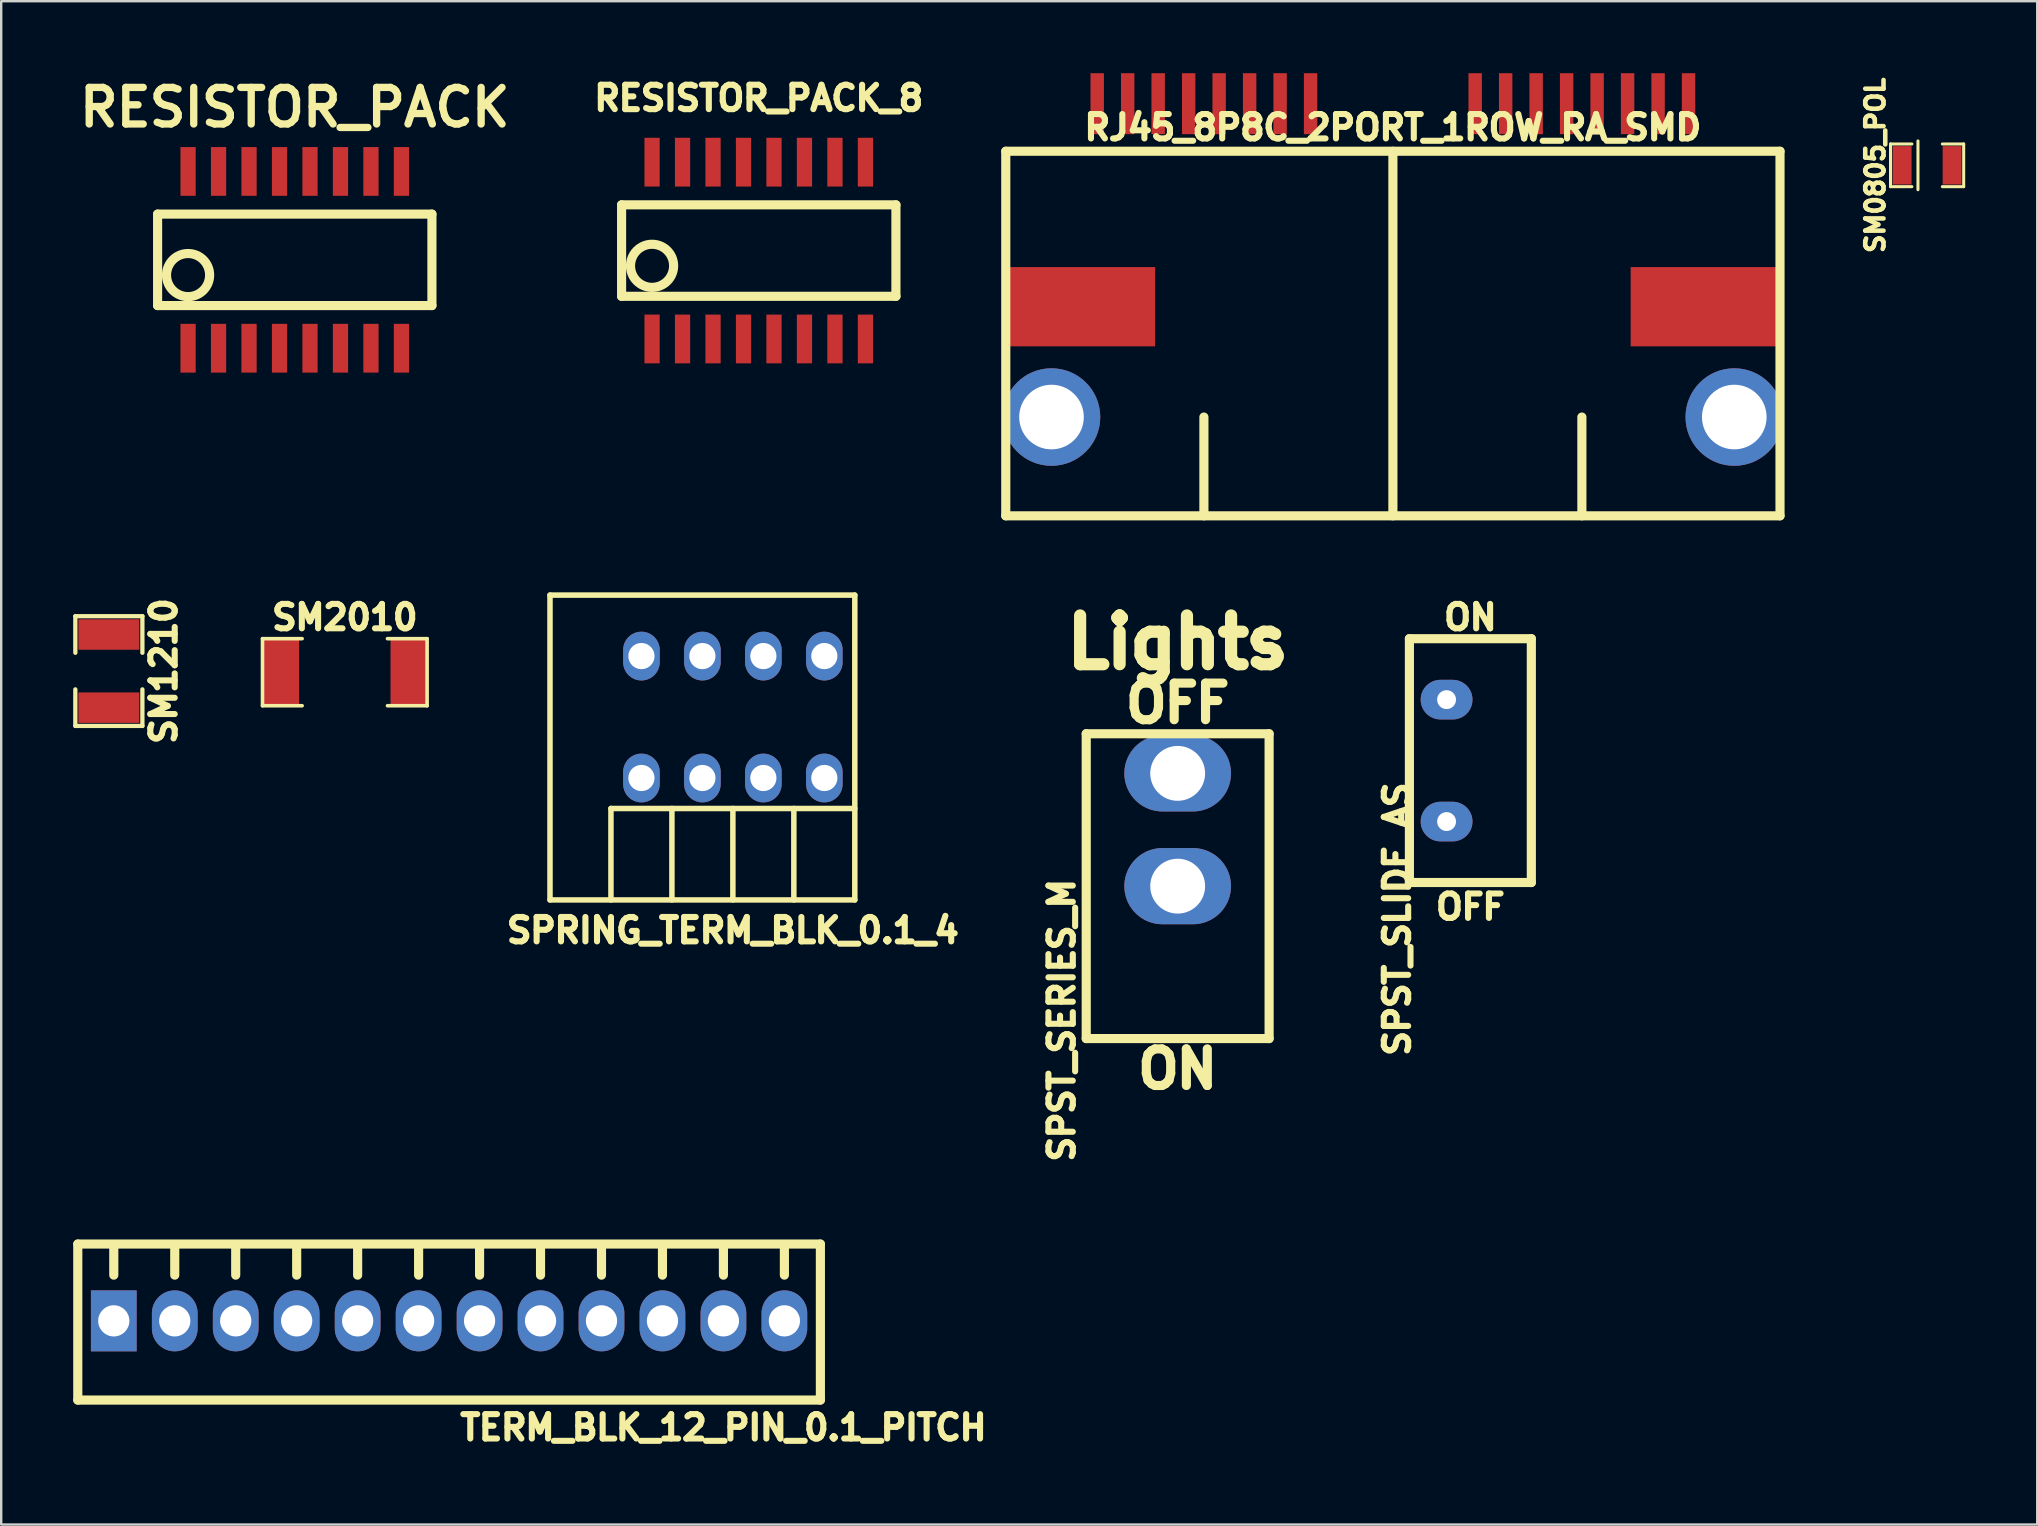
<source format=kicad_pcb>
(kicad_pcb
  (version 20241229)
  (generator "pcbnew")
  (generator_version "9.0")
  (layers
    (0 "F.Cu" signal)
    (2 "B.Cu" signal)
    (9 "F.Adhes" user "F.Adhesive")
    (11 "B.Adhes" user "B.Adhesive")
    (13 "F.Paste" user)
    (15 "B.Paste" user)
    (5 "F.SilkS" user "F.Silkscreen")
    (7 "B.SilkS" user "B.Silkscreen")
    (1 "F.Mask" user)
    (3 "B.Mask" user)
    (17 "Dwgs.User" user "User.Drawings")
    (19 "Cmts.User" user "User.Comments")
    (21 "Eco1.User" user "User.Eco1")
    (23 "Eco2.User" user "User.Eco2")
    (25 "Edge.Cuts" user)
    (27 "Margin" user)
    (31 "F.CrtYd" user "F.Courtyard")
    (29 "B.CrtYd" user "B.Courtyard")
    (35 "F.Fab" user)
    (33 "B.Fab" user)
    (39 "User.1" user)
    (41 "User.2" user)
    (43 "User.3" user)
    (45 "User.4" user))
  (footprint "RJ45_8P8C_2PORT_1ROW_RA_SMD"
    (layer "F.Cu")
    (at 54.984 14.326)
    (property "Reference" "RJ45_8P8C_2PORT_1ROW_RA_SMD" (at 0 -12.065 0) (layer "F.SilkS") (effects (font (size 1.016 1.016) (thickness 0.254))))
    (attr through_hole)
    (fp_line (start -16.129 -11.074) (end -16.129 4.115) (stroke (width 0.381) (type solid)) (layer "F.SilkS"))
    (fp_line (start -16.129 -11.074) (end 16.129 -11.074) (stroke (width 0.381) (type solid)) (layer "F.SilkS"))
    (fp_line (start -16.129 4.115) (end 16.129 4.115) (stroke (width 0.381) (type solid)) (layer "F.SilkS"))
    (fp_line (start -7.874 4.115) (end -7.874 0) (stroke (width 0.381) (type solid)) (layer "F.SilkS"))
    (fp_line (start 0 -11.074) (end 0 4.115) (stroke (width 0.381) (type solid)) (layer "F.SilkS"))
    (fp_line (start 7.874 4.115) (end 7.874 0) (stroke (width 0.381) (type solid)) (layer "F.SilkS"))
    (fp_line (start 16.129 -11.074) (end 16.129 4.115) (stroke (width 0.381) (type solid)) (layer "F.SilkS"))
    (pad "" thru_hole circle (at -14.224 0) (size 4.064 4.064) (drill 2.692) (layers "*.Cu" "*.Mask"))
    (pad "" smd rect (at -13.018 -4.597) (size 6.223 3.302) (layers "F.Cu" "F.Mask" "F.Paste"))
    (pad "" smd rect (at 13.018 -4.597) (size 6.223 3.302) (layers "F.Cu" "F.Mask" "F.Paste"))
    (pad "" thru_hole circle (at 14.224 0) (size 4.064 4.064) (drill 2.692) (layers "*.Cu" "*.Mask"))
    (pad "1" smd rect (at 12.319 -13.056) (size 0.559 2.54) (layers "F.Cu" "F.Mask" "F.Paste"))
    (pad "2" smd rect (at 11.049 -13.056) (size 0.559 2.54) (layers "F.Cu" "F.Mask" "F.Paste"))
    (pad "3" smd rect (at 9.779 -13.056) (size 0.559 2.54) (layers "F.Cu" "F.Mask" "F.Paste"))
    (pad "4" smd rect (at 8.509 -13.056) (size 0.559 2.54) (layers "F.Cu" "F.Mask" "F.Paste"))
    (pad "5" smd rect (at 7.239 -13.056) (size 0.559 2.54) (layers "F.Cu" "F.Mask" "F.Paste"))
    (pad "6" smd rect (at 5.969 -13.056) (size 0.559 2.54) (layers "F.Cu" "F.Mask" "F.Paste"))
    (pad "7" smd rect (at 4.699 -13.056) (size 0.559 2.54) (layers "F.Cu" "F.Mask" "F.Paste"))
    (pad "8" smd rect (at 3.429 -13.056) (size 0.559 2.54) (layers "F.Cu" "F.Mask" "F.Paste"))
    (pad "9" smd rect (at -3.429 -13.056) (size 0.559 2.54) (layers "F.Cu" "F.Mask" "F.Paste"))
    (pad "10" smd rect (at -4.699 -13.056) (size 0.559 2.54) (layers "F.Cu" "F.Mask" "F.Paste"))
    (pad "11" smd rect (at -5.969 -13.056) (size 0.559 2.54) (layers "F.Cu" "F.Mask" "F.Paste"))
    (pad "12" smd rect (at -7.239 -13.056) (size 0.559 2.54) (layers "F.Cu" "F.Mask" "F.Paste"))
    (pad "13" smd rect (at -8.509 -13.056) (size 0.559 2.54) (layers "F.Cu" "F.Mask" "F.Paste"))
    (pad "14" smd rect (at -9.779 -13.056) (size 0.559 2.54) (layers "F.Cu" "F.Mask" "F.Paste"))
    (pad "15" smd rect (at -11.049 -13.056) (size 0.559 2.54) (layers "F.Cu" "F.Mask" "F.Paste"))
    (pad "16" smd rect (at -12.319 -13.056) (size 0.559 2.54) (layers "F.Cu" "F.Mask" "F.Paste")))
  (footprint "SM1210"
    (layer "F.Cu")
    (at 1.486 24.91)
    (property "Reference" "SM1210" (at 2.286 0 270) (layer "F.SilkS") (effects (font (size 1.016 1.016) (thickness 0.254))))
    (attr smd)
    (fp_line (start -1.397 -2.286) (end -1.397 -0.762) (stroke (width 0.178) (type solid)) (layer "F.SilkS"))
    (fp_line (start -1.397 0.762) (end -1.397 2.286) (stroke (width 0.178) (type solid)) (layer "F.SilkS"))
    (fp_line (start -1.397 2.286) (end 1.397 2.286) (stroke (width 0.178) (type solid)) (layer "F.SilkS"))
    (fp_line (start 1.397 -2.286) (end -1.397 -2.286) (stroke (width 0.178) (type solid)) (layer "F.SilkS"))
    (fp_line (start 1.397 -0.762) (end 1.397 -2.286) (stroke (width 0.178) (type solid)) (layer "F.SilkS"))
    (fp_line (start 1.397 2.286) (end 1.397 0.762) (stroke (width 0.178) (type solid)) (layer "F.SilkS"))
    (pad "1" smd rect (at 0 -1.524 270) (size 1.27 2.54) (layers "F.Cu" "F.Mask" "F.Paste"))
    (pad "2" smd rect (at 0 1.524 270) (size 1.27 2.54) (layers "F.Cu" "F.Mask" "F.Paste")))
  (footprint "SPST_SERIES_M"
    (layer "F.Cu")
    (at 46.017 33.871)
    (property "Reference" "SPST_SERIES_M" (at -4.826 5.588 90) (layer "F.SilkS") (effects (font (size 1.016 1.016) (thickness 0.254))))
    (attr through_hole)
    (fp_line (start -3.81 -6.35) (end -3.81 6.35) (stroke (width 0.381) (type solid)) (layer "F.SilkS"))
    (fp_line (start -3.81 6.35) (end 3.81 6.35) (stroke (width 0.381) (type solid)) (layer "F.SilkS"))
    (fp_line (start 3.81 -6.35) (end -3.81 -6.35) (stroke (width 0.381) (type solid)) (layer "F.SilkS"))
    (fp_line (start 3.81 6.35) (end 3.81 -6.35) (stroke (width 0.381) (type solid)) (layer "F.SilkS"))
    (fp_text user "ON" (at 0 7.62 0) (layer "F.SilkS") (effects (font (size 1.524 1.524) (thickness 0.381))))
    (fp_text user "Lights" (at 0 -10.16 0) (layer "F.SilkS") (effects (font (size 2.032 2.032) (thickness 0.508))))
    (fp_text user "OFF" (at 0 -7.62 0) (layer "F.SilkS") (effects (font (size 1.524 1.524) (thickness 0.381))))
    (pad "2" thru_hole oval (at 0 0) (size 4.445 3.175) (drill 2.286) (layers "*.Cu" "*.Mask"))
    (pad "3" thru_hole oval (at 0 -4.699) (size 4.445 3.175) (drill 2.286) (layers "*.Cu" "*.Mask")))
  (footprint "SPST_SLIDE_AS"
    (layer "F.Cu")
    (at 58.212 28.64)
    (property "Reference" "SPST_SLIDE_AS" (at -3.048 6.604 90) (layer "F.SilkS") (effects (font (size 1.016 1.016) (thickness 0.254))))
    (attr through_hole)
    (fp_line (start -2.54 -5.08) (end 2.54 -5.08) (stroke (width 0.381) (type solid)) (layer "F.SilkS"))
    (fp_line (start -2.54 5.08) (end -2.54 -5.08) (stroke (width 0.381) (type solid)) (layer "F.SilkS"))
    (fp_line (start 2.54 -5.08) (end 2.54 5.08) (stroke (width 0.381) (type solid)) (layer "F.SilkS"))
    (fp_line (start 2.54 5.08) (end -2.54 5.08) (stroke (width 0.381) (type solid)) (layer "F.SilkS"))
    (fp_text user "ON" (at 0 -5.969 0) (layer "F.SilkS") (effects (font (size 1.016 1.016) (thickness 0.254))))
    (fp_text user "OFF" (at 0 6.096 0) (layer "F.SilkS") (effects (font (size 1.016 1.016) (thickness 0.254))))
    (pad "1" thru_hole oval (at -0.991 -2.54) (size 2.159 1.651) (drill 0.787) (layers "*.Cu" "*.Mask"))
    (pad "3" thru_hole oval (at -0.991 2.54) (size 2.159 1.651) (drill 0.787) (layers "*.Cu" "*.Mask")))
  (footprint "RESISTOR_PACK"
    (layer "F.Cu")
    (at 9.231 7.776)
    (property "Reference" "RESISTOR_PACK" (at 0 -6.35 0) (layer "F.SilkS") (effects (font (size 1.524 1.524) (thickness 0.305))))
    (attr through_hole)
    (fp_line (start -5.715 -1.905) (end -5.715 1.905) (stroke (width 0.381) (type solid)) (layer "F.SilkS"))
    (fp_line (start -5.715 1.905) (end 5.715 1.905) (stroke (width 0.381) (type solid)) (layer "F.SilkS"))
    (fp_line (start 5.715 -1.905) (end -5.715 -1.905) (stroke (width 0.381) (type solid)) (layer "F.SilkS"))
    (fp_line (start 5.715 1.905) (end 5.715 -1.905) (stroke (width 0.381) (type solid)) (layer "F.SilkS"))
    (fp_circle (center -4.445 0.635) (end -5.08 1.27) (stroke (width 0.381) (type solid)) (fill no) (layer "F.SilkS"))
    (pad "1" smd rect (at -4.445 3.683) (size 0.635 2.032) (layers "F.Cu" "F.Mask" "F.Paste"))
    (pad "2" smd rect (at -3.175 3.683) (size 0.635 2.032) (layers "F.Cu" "F.Mask" "F.Paste"))
    (pad "3" smd rect (at -1.905 3.683) (size 0.635 2.032) (layers "F.Cu" "F.Mask" "F.Paste"))
    (pad "4" smd rect (at -0.635 3.683) (size 0.635 2.032) (layers "F.Cu" "F.Mask" "F.Paste"))
    (pad "5" smd rect (at 0.635 3.683) (size 0.635 2.032) (layers "F.Cu" "F.Mask" "F.Paste"))
    (pad "6" smd rect (at 1.905 3.683) (size 0.635 2.032) (layers "F.Cu" "F.Mask" "F.Paste"))
    (pad "7" smd rect (at 3.175 3.683) (size 0.635 2.032) (layers "F.Cu" "F.Mask" "F.Paste"))
    (pad "8" smd rect (at 4.445 3.683) (size 0.635 2.032) (layers "F.Cu" "F.Mask" "F.Paste"))
    (pad "9" smd rect (at 4.445 -3.683) (size 0.635 2.032) (layers "F.Cu" "F.Mask" "F.Paste"))
    (pad "10" smd rect (at 3.175 -3.683) (size 0.635 2.032) (layers "F.Cu" "F.Mask" "F.Paste"))
    (pad "11" smd rect (at 1.905 -3.683) (size 0.635 2.032) (layers "F.Cu" "F.Mask" "F.Paste"))
    (pad "12" smd rect (at 0.635 -3.683) (size 0.635 2.032) (layers "F.Cu" "F.Mask" "F.Paste"))
    (pad "13" smd rect (at -0.635 -3.683) (size 0.635 2.032) (layers "F.Cu" "F.Mask" "F.Paste"))
    (pad "14" smd rect (at -1.905 -3.683) (size 0.635 2.032) (layers "F.Cu" "F.Mask" "F.Paste"))
    (pad "15" smd rect (at -3.175 -3.683) (size 0.635 2.032) (layers "F.Cu" "F.Mask" "F.Paste"))
    (pad "16" smd rect (at -4.445 -3.683) (size 0.635 2.032) (layers "F.Cu" "F.Mask" "F.Paste")))
  (footprint "SM0805_POL"
    (layer "F.Cu")
    (at 77.242 3.838)
    (property "Reference" "SM0805_POL" (at -2.159 0 90) (layer "F.SilkS") (effects (font (size 0.762 0.762) (thickness 0.191))))
    (attr smd)
    (fp_line (start -1.524 -0.889) (end -1.524 0.889) (stroke (width 0.127) (type solid)) (layer "F.SilkS"))
    (fp_line (start -1.524 0.889) (end -0.635 0.889) (stroke (width 0.127) (type solid)) (layer "F.SilkS"))
    (fp_line (start -0.635 -0.889) (end -1.524 -0.889) (stroke (width 0.127) (type solid)) (layer "F.SilkS"))
    (fp_line (start -0.381 -1.016) (end -0.381 1.016) (stroke (width 0.127) (type solid)) (layer "F.SilkS"))
    (fp_line (start 0.635 -0.889) (end 1.524 -0.889) (stroke (width 0.127) (type solid)) (layer "F.SilkS"))
    (fp_line (start 1.524 -0.889) (end 1.524 0.889) (stroke (width 0.127) (type solid)) (layer "F.SilkS"))
    (fp_line (start 1.524 0.889) (end 0.635 0.889) (stroke (width 0.127) (type solid)) (layer "F.SilkS"))
    (pad "1" smd rect (at -1.041 0) (size 0.787 1.6) (layers "F.Cu" "F.Mask" "F.Paste"))
    (pad "2" smd rect (at 1.041 0) (size 0.787 1.6) (layers "F.Cu" "F.Mask" "F.Paste")))
  (footprint "TERM_BLK_12_PIN_0.1_PITCH"
    (layer "F.Cu")
    (at 15.661 51.983)
    (property "Reference" "TERM_BLK_12_PIN_0.1_PITCH" (at 11.43 4.445 0) (layer "F.SilkS") (effects (font (size 1.016 1.016) (thickness 0.254))))
    (attr through_hole)
    (fp_line (start -15.47 -3.2) (end -15.47 3.3) (stroke (width 0.381) (type solid)) (layer "F.SilkS"))
    (fp_line (start -15.47 -3.2) (end 15.47 -3.2) (stroke (width 0.381) (type solid)) (layer "F.SilkS"))
    (fp_line (start -15.47 3.3) (end 15.47 3.3) (stroke (width 0.381) (type solid)) (layer "F.SilkS"))
    (fp_line (start -13.97 -1.905) (end -13.97 -3.175) (stroke (width 0.381) (type solid)) (layer "F.SilkS"))
    (fp_line (start -11.43 -1.905) (end -11.43 -3.175) (stroke (width 0.381) (type solid)) (layer "F.SilkS"))
    (fp_line (start -8.89 -1.905) (end -8.89 -3.175) (stroke (width 0.381) (type solid)) (layer "F.SilkS"))
    (fp_line (start -6.35 -1.905) (end -6.35 -3.175) (stroke (width 0.381) (type solid)) (layer "F.SilkS"))
    (fp_line (start -3.81 -1.905) (end -3.81 -3.175) (stroke (width 0.381) (type solid)) (layer "F.SilkS"))
    (fp_line (start -1.27 -1.905) (end -1.27 -3.175) (stroke (width 0.381) (type solid)) (layer "F.SilkS"))
    (fp_line (start 1.27 -1.905) (end 1.27 -3.175) (stroke (width 0.381) (type solid)) (layer "F.SilkS"))
    (fp_line (start 3.81 -1.905) (end 3.81 -3.175) (stroke (width 0.381) (type solid)) (layer "F.SilkS"))
    (fp_line (start 6.35 -1.905) (end 6.35 -3.175) (stroke (width 0.381) (type solid)) (layer "F.SilkS"))
    (fp_line (start 8.89 -1.905) (end 8.89 -3.175) (stroke (width 0.381) (type solid)) (layer "F.SilkS"))
    (fp_line (start 11.43 -1.905) (end 11.43 -3.175) (stroke (width 0.381) (type solid)) (layer "F.SilkS"))
    (fp_line (start 13.97 -1.905) (end 13.97 -3.175) (stroke (width 0.381) (type solid)) (layer "F.SilkS"))
    (fp_line (start 15.47 -3.2) (end 15.47 3.3) (stroke (width 0.381) (type solid)) (layer "F.SilkS"))
    (pad "1" thru_hole rect (at -13.97 0) (size 1.905 2.54) (drill 1.3) (layers "*.Cu" "*.Mask"))
    (pad "2" thru_hole oval (at -11.43 0) (size 1.905 2.54) (drill 1.3) (layers "*.Cu" "*.Mask"))
    (pad "3" thru_hole oval (at -8.89 0) (size 1.905 2.54) (drill 1.3) (layers "*.Cu" "*.Mask"))
    (pad "4" thru_hole oval (at -6.35 0) (size 1.905 2.54) (drill 1.3) (layers "*.Cu" "*.Mask"))
    (pad "5" thru_hole oval (at -3.81 0) (size 1.905 2.54) (drill 1.3) (layers "*.Cu" "*.Mask"))
    (pad "6" thru_hole oval (at -1.27 0) (size 1.905 2.54) (drill 1.3) (layers "*.Cu" "*.Mask"))
    (pad "7" thru_hole oval (at 1.27 0) (size 1.905 2.54) (drill 1.3) (layers "*.Cu" "*.Mask"))
    (pad "8" thru_hole oval (at 3.81 0) (size 1.905 2.54) (drill 1.3) (layers "*.Cu" "*.Mask"))
    (pad "9" thru_hole oval (at 6.35 0) (size 1.905 2.54) (drill 1.3) (layers "*.Cu" "*.Mask"))
    (pad "10" thru_hole oval (at 8.89 0) (size 1.905 2.54) (drill 1.3) (layers "*.Cu" "*.Mask"))
    (pad "11" thru_hole oval (at 11.43 0) (size 1.905 2.54) (drill 1.3) (layers "*.Cu" "*.Mask"))
    (pad "12" thru_hole oval (at 13.97 0) (size 1.905 2.54) (drill 1.3) (layers "*.Cu" "*.Mask")))
  (footprint "RESISTOR_PACK_8"
    (layer "F.Cu")
    (at 28.563 7.39)
    (property "Reference" "RESISTOR_PACK_8" (at 0 -6.35 0) (layer "F.SilkS") (effects (font (size 1.016 1.016) (thickness 0.254))))
    (attr through_hole)
    (fp_line (start -5.715 -1.905) (end -5.715 1.905) (stroke (width 0.381) (type solid)) (layer "F.SilkS"))
    (fp_line (start -5.715 1.905) (end 5.715 1.905) (stroke (width 0.381) (type solid)) (layer "F.SilkS"))
    (fp_line (start 5.715 -1.905) (end -5.715 -1.905) (stroke (width 0.381) (type solid)) (layer "F.SilkS"))
    (fp_line (start 5.715 1.905) (end 5.715 -1.905) (stroke (width 0.381) (type solid)) (layer "F.SilkS"))
    (fp_circle (center -4.445 0.635) (end -5.08 1.27) (stroke (width 0.381) (type solid)) (fill no) (layer "F.SilkS"))
    (pad "1" smd rect (at -4.445 3.683) (size 0.635 2.032) (layers "F.Cu" "F.Mask" "F.Paste"))
    (pad "2" smd rect (at -3.175 3.683) (size 0.635 2.032) (layers "F.Cu" "F.Mask" "F.Paste"))
    (pad "3" smd rect (at -1.905 3.683) (size 0.635 2.032) (layers "F.Cu" "F.Mask" "F.Paste"))
    (pad "4" smd rect (at -0.635 3.683) (size 0.635 2.032) (layers "F.Cu" "F.Mask" "F.Paste"))
    (pad "5" smd rect (at 0.635 3.683) (size 0.635 2.032) (layers "F.Cu" "F.Mask" "F.Paste"))
    (pad "6" smd rect (at 1.905 3.683) (size 0.635 2.032) (layers "F.Cu" "F.Mask" "F.Paste"))
    (pad "7" smd rect (at 3.175 3.683) (size 0.635 2.032) (layers "F.Cu" "F.Mask" "F.Paste"))
    (pad "8" smd rect (at 4.445 3.683) (size 0.635 2.032) (layers "F.Cu" "F.Mask" "F.Paste"))
    (pad "9" smd rect (at 4.445 -3.683) (size 0.635 2.032) (layers "F.Cu" "F.Mask" "F.Paste"))
    (pad "10" smd rect (at 3.175 -3.683) (size 0.635 2.032) (layers "F.Cu" "F.Mask" "F.Paste"))
    (pad "11" smd rect (at 1.905 -3.683) (size 0.635 2.032) (layers "F.Cu" "F.Mask" "F.Paste"))
    (pad "12" smd rect (at 0.635 -3.683) (size 0.635 2.032) (layers "F.Cu" "F.Mask" "F.Paste"))
    (pad "13" smd rect (at -0.635 -3.683) (size 0.635 2.032) (layers "F.Cu" "F.Mask" "F.Paste"))
    (pad "14" smd rect (at -1.905 -3.683) (size 0.635 2.032) (layers "F.Cu" "F.Mask" "F.Paste"))
    (pad "15" smd rect (at -3.175 -3.683) (size 0.635 2.032) (layers "F.Cu" "F.Mask" "F.Paste"))
    (pad "16" smd rect (at -4.445 -3.683) (size 0.635 2.032) (layers "F.Cu" "F.Mask" "F.Paste")))
  (footprint "SPRING_TERM_BLK_0.1_4"
    (layer "F.Cu")
    (at 27.485 26.825)
    (property "Reference" "SPRING_TERM_BLK_0.1_4" (at 0 8.89 0) (layer "F.SilkS") (effects (font (size 1.016 1.016) (thickness 0.254))))
    (attr through_hole)
    (fp_line (start -7.62 -5.08) (end -7.62 7.62) (stroke (width 0.229) (type solid)) (layer "F.SilkS"))
    (fp_line (start -7.62 7.62) (end 5.08 7.62) (stroke (width 0.229) (type solid)) (layer "F.SilkS"))
    (fp_line (start -5.08 3.81) (end -5.08 7.62) (stroke (width 0.229) (type solid)) (layer "F.SilkS"))
    (fp_line (start -2.54 3.81) (end -2.54 7.62) (stroke (width 0.229) (type solid)) (layer "F.SilkS"))
    (fp_line (start 0 3.81) (end 0 7.62) (stroke (width 0.229) (type solid)) (layer "F.SilkS"))
    (fp_line (start 2.54 3.81) (end 2.54 7.62) (stroke (width 0.229) (type solid)) (layer "F.SilkS"))
    (fp_line (start 5.08 -5.08) (end -7.62 -5.08) (stroke (width 0.229) (type solid)) (layer "F.SilkS"))
    (fp_line (start 5.08 3.81) (end -5.08 3.81) (stroke (width 0.229) (type solid)) (layer "F.SilkS"))
    (fp_line (start 5.08 7.62) (end 5.08 -5.08) (stroke (width 0.229) (type solid)) (layer "F.SilkS"))
    (pad "1" thru_hole oval (at 3.81 -2.54) (size 1.524 2.032) (drill 1.092) (layers "*.Cu" "*.Mask"))
    (pad "1" thru_hole oval (at 3.81 2.54) (size 1.524 2.032) (drill 1.092) (layers "*.Cu" "*.Mask"))
    (pad "2" thru_hole oval (at 1.27 -2.54) (size 1.524 2.032) (drill 1.092) (layers "*.Cu" "*.Mask"))
    (pad "2" thru_hole oval (at 1.27 2.54) (size 1.524 2.032) (drill 1.092) (layers "*.Cu" "*.Mask"))
    (pad "3" thru_hole oval (at -1.27 -2.54) (size 1.524 2.032) (drill 1.092) (layers "*.Cu" "*.Mask"))
    (pad "3" thru_hole oval (at -1.27 2.54) (size 1.524 2.032) (drill 1.092) (layers "*.Cu" "*.Mask"))
    (pad "4" thru_hole oval (at -3.81 -2.54) (size 1.524 2.032) (drill 1.092) (layers "*.Cu" "*.Mask"))
    (pad "4" thru_hole oval (at -3.81 2.54) (size 1.524 2.032) (drill 1.092) (layers "*.Cu" "*.Mask")))
  (footprint "SM2010"
    (layer "F.Cu")
    (at 11.316 24.957)
    (property "Reference" "SM2010" (at 0 -2.286 0) (layer "F.SilkS") (effects (font (size 1.016 1.016) (thickness 0.254))))
    (attr smd)
    (fp_line (start -3.429 -1.397) (end -3.429 1.397) (stroke (width 0.15) (type solid)) (layer "F.SilkS"))
    (fp_line (start -3.429 1.397) (end -1.778 1.397) (stroke (width 0.15) (type solid)) (layer "F.SilkS"))
    (fp_line (start -1.778 -1.397) (end -3.429 -1.397) (stroke (width 0.15) (type solid)) (layer "F.SilkS"))
    (fp_line (start 1.778 -1.397) (end 3.429 -1.397) (stroke (width 0.15) (type solid)) (layer "F.SilkS"))
    (fp_line (start 3.429 -1.397) (end 3.429 1.397) (stroke (width 0.15) (type solid)) (layer "F.SilkS"))
    (fp_line (start 3.429 1.397) (end 1.778 1.397) (stroke (width 0.15) (type solid)) (layer "F.SilkS"))
    (pad "1" smd rect (at -2.654 0) (size 1.499 2.794) (layers "F.Cu" "F.Mask" "F.Paste"))
    (pad "2" smd rect (at 2.654 0) (size 1.499 2.794) (layers "F.Cu" "F.Mask" "F.Paste")))
  (gr_rect
    (start -3 -3)
    (end 81.83 60.468)
    (stroke (width 0.1) (type default))
    (fill no)
    (layer "Edge.Cuts")))
</source>
